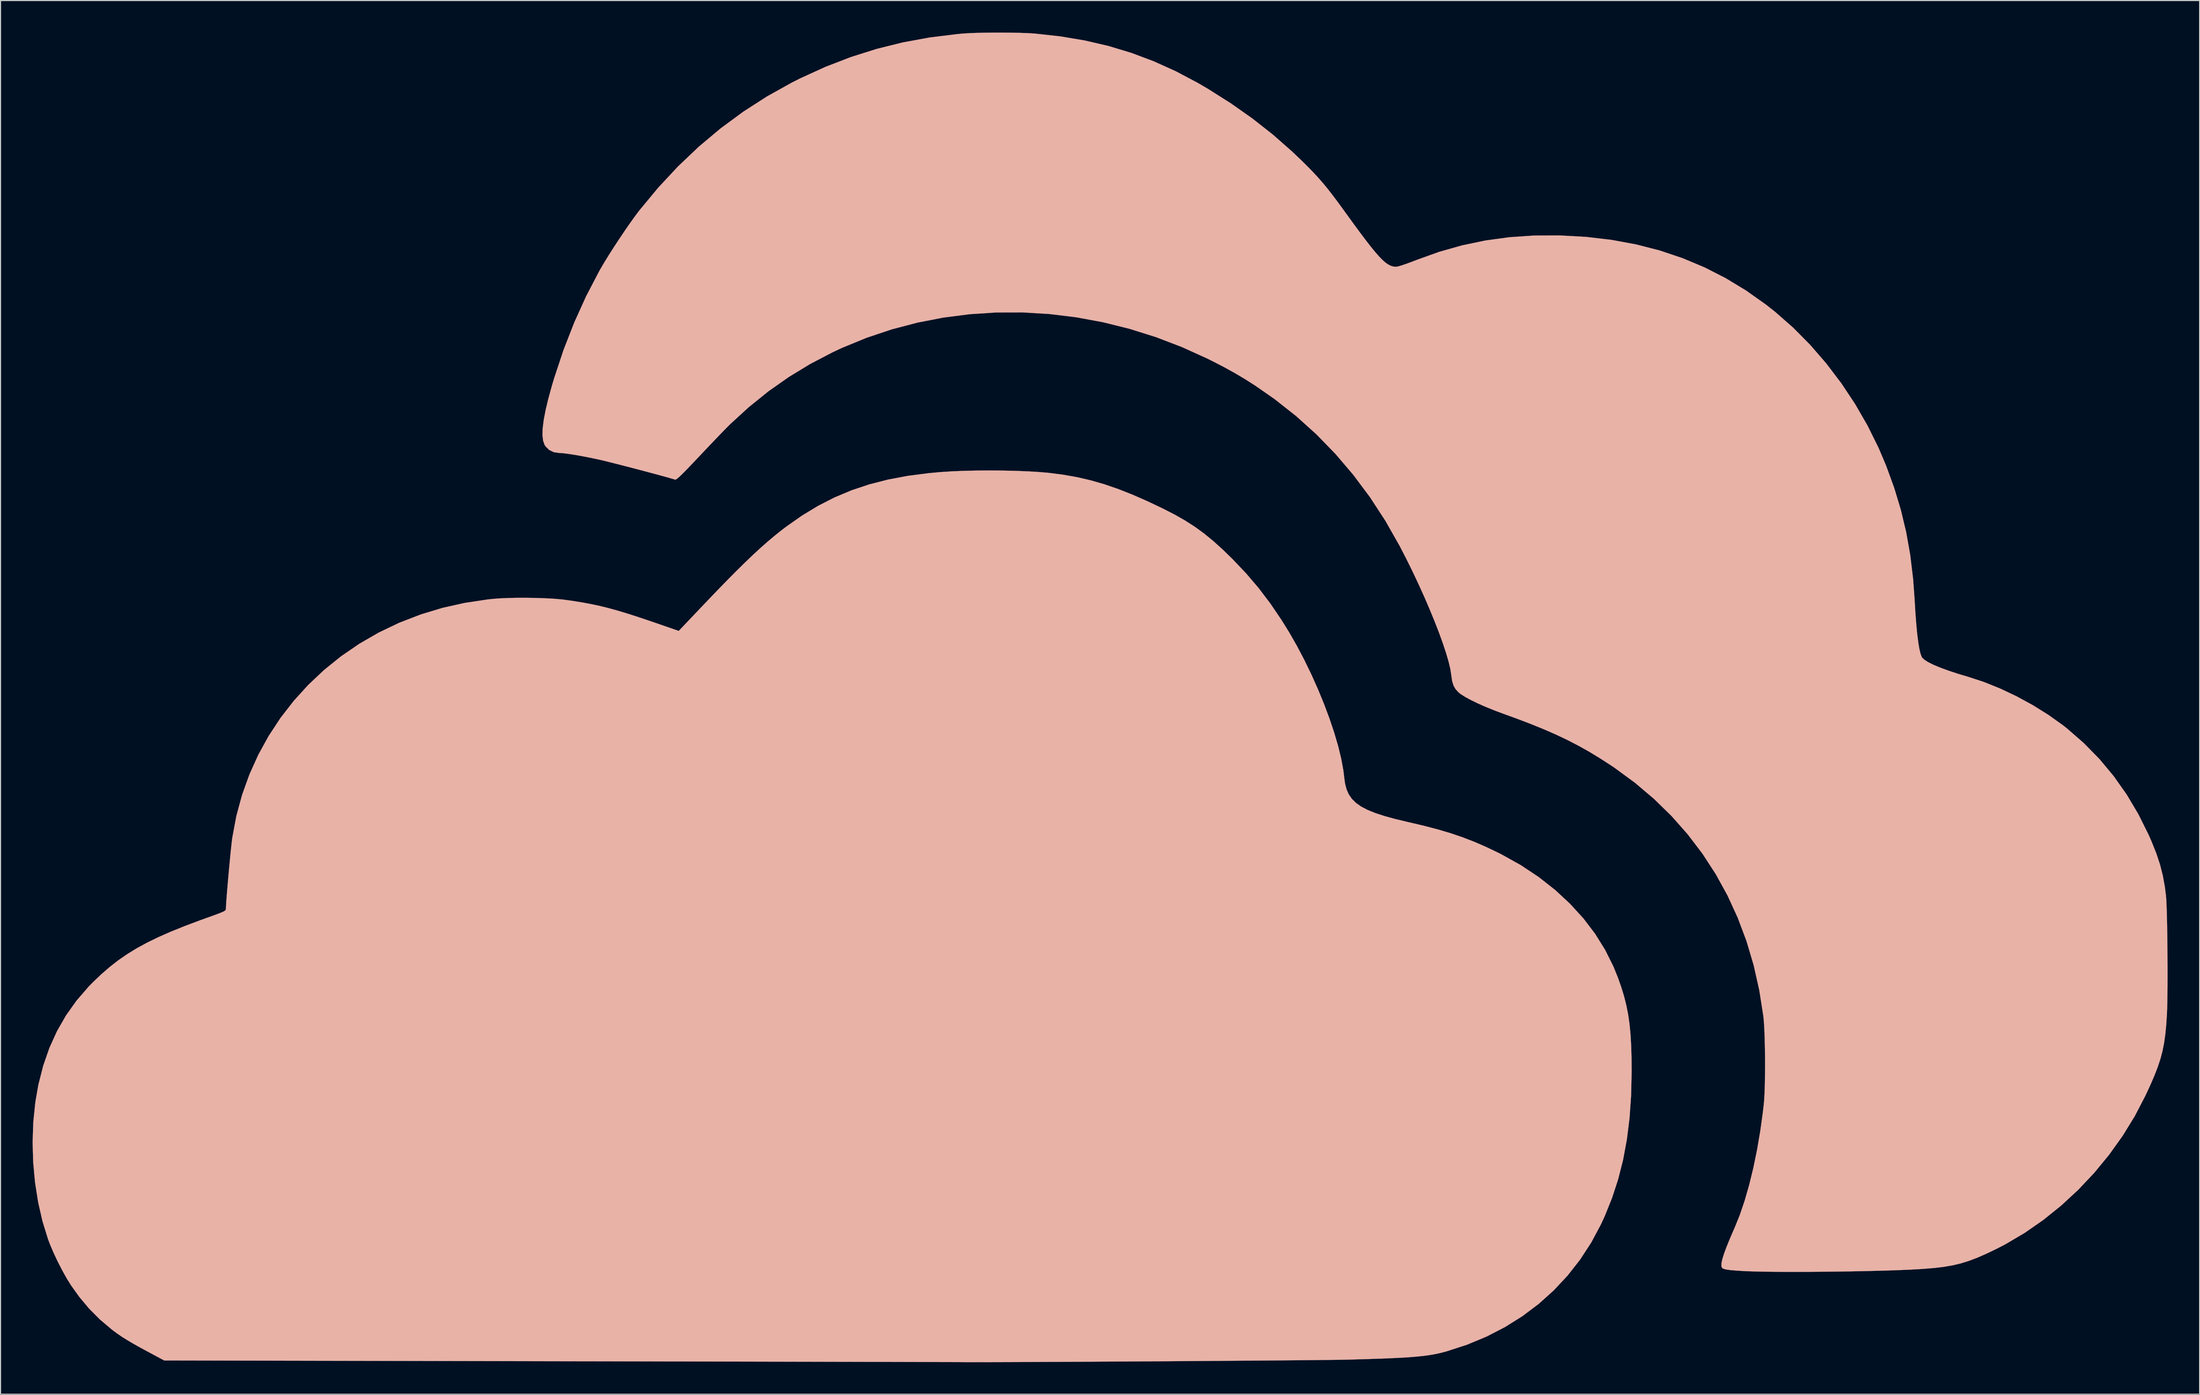
<source format=kicad_pcb>
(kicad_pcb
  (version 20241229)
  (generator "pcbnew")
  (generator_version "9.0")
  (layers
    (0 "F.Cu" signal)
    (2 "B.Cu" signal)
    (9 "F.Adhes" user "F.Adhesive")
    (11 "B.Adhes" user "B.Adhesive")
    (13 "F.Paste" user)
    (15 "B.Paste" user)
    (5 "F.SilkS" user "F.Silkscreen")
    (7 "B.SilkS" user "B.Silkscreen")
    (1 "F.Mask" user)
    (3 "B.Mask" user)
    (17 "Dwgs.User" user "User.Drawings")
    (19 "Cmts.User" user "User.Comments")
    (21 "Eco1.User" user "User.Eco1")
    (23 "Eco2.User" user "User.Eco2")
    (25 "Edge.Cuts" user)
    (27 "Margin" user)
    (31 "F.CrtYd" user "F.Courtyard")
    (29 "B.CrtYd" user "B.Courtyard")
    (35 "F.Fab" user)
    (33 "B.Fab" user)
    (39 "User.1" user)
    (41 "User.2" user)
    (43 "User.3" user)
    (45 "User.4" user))
  (footprint "onedrive_20x20_B"
    (layer "F.Cu")
    (at 99.981 62.241)
    (property "Reference" "onedrive_20x20_B" (at 0 0 0) (layer "B.SilkS") (effects (font (size 1.524 1.524) (thickness 0.3))))
    (attr through_hole)
    (fp_poly (pts (xy -9.081 -21.212) (xy -7.875 -21.184) (xy -6.734 -21.138) (xy -5.692 -21.075) (xy -4.784 -20.996) (xy -4.746 -20.992) (xy -3.42 -20.819) (xy -2.14 -20.591) (xy -0.88 -20.299) (xy 0.385 -19.935) (xy 1.678 -19.491) (xy 3.027 -18.96) (xy 4.455 -18.333) (xy 5.884 -17.653) (xy 6.971 -17.097) (xy 7.951 -16.539) (xy 8.86 -15.957) (xy 9.728 -15.326) (xy 10.589 -14.623) (xy 11.475 -13.824) (xy 12.407 -12.918) (xy 13.68 -11.578) (xy 14.851 -10.202) (xy 15.949 -8.755) (xy 17.002 -7.2) (xy 17.712 -6.054) (xy 18.437 -4.786) (xy 19.135 -3.459) (xy 19.796 -2.094) (xy 20.414 -0.711) (xy 20.981 0.671) (xy 21.489 2.031) (xy 21.931 3.35) (xy 22.299 4.607) (xy 22.585 5.783) (xy 22.783 6.857) (xy 22.864 7.533) (xy 22.945 8.127) (xy 23.085 8.655) (xy 23.295 9.125) (xy 23.586 9.544) (xy 23.968 9.921) (xy 24.453 10.262) (xy 25.052 10.575) (xy 25.774 10.868) (xy 26.633 11.148) (xy 27.637 11.423) (xy 28.799 11.701) (xy 28.914 11.727) (xy 30.355 12.066) (xy 31.659 12.408) (xy 32.86 12.766) (xy 33.988 13.151) (xy 35.078 13.573) (xy 36.16 14.044) (xy 37.269 14.575) (xy 37.592 14.738) (xy 39.399 15.745) (xy 41.078 16.859) (xy 42.635 18.086) (xy 44.028 19.38) (xy 45.272 20.745) (xy 46.362 22.178) (xy 47.299 23.683) (xy 48.085 25.26) (xy 48.501 26.289) (xy 48.811 27.169) (xy 49.07 28.016) (xy 49.282 28.855) (xy 49.452 29.711) (xy 49.582 30.609) (xy 49.676 31.575) (xy 49.739 32.634) (xy 49.774 33.812) (xy 49.784 35.078) (xy 49.735 37.317) (xy 49.587 39.43) (xy 49.338 41.432) (xy 48.985 43.337) (xy 48.524 45.158) (xy 47.953 46.911) (xy 47.269 48.609) (xy 46.903 49.403) (xy 45.992 51.107) (xy 44.949 52.707) (xy 43.778 54.199) (xy 42.486 55.58) (xy 41.077 56.845) (xy 39.555 57.991) (xy 37.926 59.012) (xy 36.195 59.905) (xy 34.367 60.666) (xy 32.449 61.289) (xy 32.044 61.398) (xy 31.635 61.495) (xy 31.208 61.58) (xy 30.75 61.655) (xy 30.246 61.721) (xy 29.682 61.78) (xy 29.044 61.832) (xy 28.319 61.879) (xy 27.49 61.921) (xy 26.546 61.961) (xy 25.471 61.999) (xy 24.251 62.036) (xy 23.241 62.065) (xy 22.904 62.072) (xy 22.408 62.08) (xy 21.765 62.088) (xy 20.984 62.097) (xy 20.077 62.107) (xy 19.054 62.117) (xy 17.926 62.127) (xy 16.704 62.138) (xy 15.398 62.149) (xy 14.019 62.159) (xy 12.578 62.17) (xy 11.086 62.181) (xy 9.552 62.192) (xy 7.989 62.203) (xy 6.406 62.214) (xy 4.815 62.224) (xy 3.226 62.234) (xy 1.65 62.243) (xy 0.097 62.252) (xy -1.421 62.261) (xy -2.895 62.269) (xy -4.313 62.276) (xy -5.664 62.282) (xy -6.939 62.288) (xy -8.125 62.293) (xy -9.213 62.296) (xy -10.192 62.299) (xy -11.051 62.301) (xy -11.779 62.301) (xy -12.366 62.3) (xy -12.8 62.298) (xy -12.912 62.297) (xy -13.059 62.296) (xy -13.37 62.295) (xy -13.839 62.293) (xy -14.461 62.292) (xy -15.229 62.29) (xy -16.139 62.287) (xy -17.184 62.285) (xy -18.36 62.282) (xy -19.659 62.279) (xy -21.078 62.276) (xy -22.61 62.272) (xy -24.249 62.269) (xy -25.991 62.265) (xy -27.828 62.261) (xy -29.757 62.257) (xy -31.771 62.253) (xy -33.864 62.248) (xy -36.031 62.244) (xy -38.266 62.239) (xy -40.564 62.235) (xy -42.919 62.23) (xy -45.326 62.225) (xy -47.778 62.22) (xy -50.271 62.216) (xy -50.748 62.215) (xy -87.653 62.143) (xy -89.102 61.366) (xy -89.891 60.939) (xy -90.553 60.568) (xy -91.112 60.238) (xy -91.596 59.934) (xy -92.029 59.639) (xy -92.436 59.339) (xy -92.58 59.228) (xy -93.687 58.29) (xy -94.681 57.292) (xy -95.597 56.197) (xy -96.363 55.128) (xy -96.765 54.484) (xy -97.189 53.727) (xy -97.61 52.909) (xy -98.002 52.081) (xy -98.339 51.292) (xy -98.531 50.787) (xy -99.051 49.104) (xy -99.457 47.322) (xy -99.748 45.471) (xy -99.922 43.579) (xy -99.976 41.674) (xy -99.909 39.786) (xy -99.72 37.943) (xy -99.439 36.328) (xy -98.987 34.546) (xy -98.406 32.871) (xy -97.693 31.297) (xy -96.844 29.818) (xy -95.856 28.429) (xy -94.727 27.123) (xy -94.302 26.689) (xy -93.532 25.957) (xy -92.755 25.284) (xy -91.956 24.662) (xy -91.116 24.081) (xy -90.219 23.531) (xy -89.247 23.002) (xy -88.183 22.484) (xy -87.01 21.969) (xy -85.712 21.445) (xy -84.27 20.904) (xy -83.714 20.704) (xy -83.126 20.493) (xy -82.679 20.329) (xy -82.353 20.204) (xy -82.129 20.106) (xy -81.988 20.029) (xy -81.911 19.961) (xy -81.879 19.895) (xy -81.873 19.821) (xy -81.873 19.821) (xy -81.864 19.59) (xy -81.841 19.217) (xy -81.805 18.727) (xy -81.759 18.146) (xy -81.704 17.5) (xy -81.644 16.814) (xy -81.58 16.114) (xy -81.516 15.426) (xy -81.452 14.775) (xy -81.392 14.188) (xy -81.338 13.69) (xy -81.292 13.307) (xy -81.274 13.173) (xy -80.895 11.143) (xy -80.36 9.169) (xy -79.673 7.256) (xy -78.84 5.411) (xy -77.867 3.642) (xy -76.758 1.956) (xy -75.52 0.36) (xy -74.157 -1.14) (xy -72.676 -2.536) (xy -71.082 -3.821) (xy -69.38 -4.988) (xy -67.576 -6.03) (xy -65.676 -6.94) (xy -65.57 -6.985) (xy -63.602 -7.743) (xy -61.589 -8.352) (xy -59.513 -8.816) (xy -57.356 -9.14) (xy -56.896 -9.191) (xy -56.236 -9.242) (xy -55.457 -9.276) (xy -54.596 -9.294) (xy -53.693 -9.295) (xy -52.786 -9.28) (xy -51.914 -9.25) (xy -51.116 -9.205) (xy -50.43 -9.145) (xy -50.165 -9.113) (xy -49.258 -8.984) (xy -48.414 -8.846) (xy -47.605 -8.694) (xy -46.808 -8.52) (xy -45.996 -8.318) (xy -45.143 -8.082) (xy -44.224 -7.804) (xy -43.213 -7.479) (xy -42.085 -7.099) (xy -41.428 -6.873) (xy -39.465 -6.192) (xy -37.076 -8.705) (xy -35.993 -9.837) (xy -35.009 -10.851) (xy -34.111 -11.759) (xy -33.287 -12.571) (xy -32.527 -13.299) (xy -31.817 -13.954) (xy -31.146 -14.547) (xy -30.502 -15.09) (xy -29.874 -15.593) (xy -29.379 -15.971) (xy -27.902 -17.006) (xy -26.405 -17.912) (xy -24.87 -18.696) (xy -23.282 -19.362) (xy -21.622 -19.917) (xy -19.876 -20.366) (xy -18.025 -20.716) (xy -16.053 -20.972) (xy -14.901 -21.076) (xy -13.879 -21.141) (xy -12.751 -21.186) (xy -11.553 -21.213) (xy -10.319 -21.222) (xy -9.081 -21.212)) (stroke (width 0.01) (type solid)) (fill yes) (layer "B.SilkS"))
    (fp_poly (pts (xy -8.368 -62.23) (xy -7.581 -62.215) (xy -6.878 -62.192) (xy -6.295 -62.16) (xy -6.134 -62.148) (xy -3.728 -61.884) (xy -1.427 -61.497) (xy 0.787 -60.983) (xy 2.932 -60.335) (xy 5.028 -59.547) (xy 7.092 -58.615) (xy 9.142 -57.531) (xy 10.075 -56.986) (xy 12.246 -55.612) (xy 14.273 -54.185) (xy 16.178 -52.687) (xy 17.981 -51.101) (xy 18.869 -50.254) (xy 19.432 -49.696) (xy 19.928 -49.188) (xy 20.378 -48.705) (xy 20.804 -48.222) (xy 21.227 -47.712) (xy 21.669 -47.151) (xy 22.151 -46.513) (xy 22.694 -45.773) (xy 23.008 -45.339) (xy 23.717 -44.361) (xy 24.34 -43.514) (xy 24.885 -42.789) (xy 25.361 -42.178) (xy 25.775 -41.672) (xy 26.137 -41.261) (xy 26.454 -40.937) (xy 26.736 -40.69) (xy 26.99 -40.513) (xy 27.224 -40.395) (xy 27.448 -40.327) (xy 27.669 -40.302) (xy 27.721 -40.301) (xy 27.908 -40.334) (xy 28.227 -40.426) (xy 28.657 -40.571) (xy 29.174 -40.76) (xy 29.638 -40.94) (xy 31.764 -41.703) (xy 33.912 -42.31) (xy 36.095 -42.765) (xy 38.326 -43.07) (xy 40.62 -43.228) (xy 42.991 -43.239) (xy 43.053 -43.238) (xy 45.523 -43.101) (xy 47.903 -42.821) (xy 50.197 -42.397) (xy 52.409 -41.829) (xy 54.541 -41.113) (xy 56.599 -40.251) (xy 58.584 -39.239) (xy 60.502 -38.077) (xy 62.356 -36.763) (xy 63.239 -36.066) (xy 64.915 -34.593) (xy 66.511 -32.98) (xy 68.015 -31.242) (xy 69.418 -29.394) (xy 70.709 -27.451) (xy 71.876 -25.428) (xy 72.91 -23.338) (xy 73.609 -21.692) (xy 74.369 -19.607) (xy 74.996 -17.533) (xy 75.496 -15.438) (xy 75.877 -13.293) (xy 76.144 -11.069) (xy 76.285 -9.124) (xy 76.357 -7.918) (xy 76.438 -6.85) (xy 76.527 -5.924) (xy 76.624 -5.146) (xy 76.728 -4.521) (xy 76.839 -4.054) (xy 76.956 -3.749) (xy 76.982 -3.705) (xy 77.189 -3.5) (xy 77.551 -3.269) (xy 78.059 -3.017) (xy 78.702 -2.748) (xy 79.469 -2.467) (xy 80.35 -2.177) (xy 81.28 -1.9) (xy 82.779 -1.409) (xy 84.32 -0.787) (xy 85.864 -0.054) (xy 87.376 0.772) (xy 88.818 1.672) (xy 90.154 2.625) (xy 90.559 2.943) (xy 92.145 4.326) (xy 93.604 5.816) (xy 94.937 7.418) (xy 96.148 9.134) (xy 97.238 10.967) (xy 98.209 12.92) (xy 98.472 13.516) (xy 98.92 14.637) (xy 99.269 15.69) (xy 99.533 16.729) (xy 99.727 17.812) (xy 99.825 18.584) (xy 99.852 18.921) (xy 99.877 19.406) (xy 99.899 20.018) (xy 99.919 20.736) (xy 99.936 21.54) (xy 99.95 22.408) (xy 99.961 23.32) (xy 99.969 24.253) (xy 99.973 25.188) (xy 99.974 26.103) (xy 99.972 26.977) (xy 99.965 27.79) (xy 99.954 28.519) (xy 99.939 29.145) (xy 99.92 29.646) (xy 99.916 29.721) (xy 99.85 30.719) (xy 99.764 31.604) (xy 99.65 32.409) (xy 99.5 33.166) (xy 99.304 33.906) (xy 99.054 34.662) (xy 98.742 35.466) (xy 98.36 36.35) (xy 97.897 37.346) (xy 97.893 37.356) (xy 96.896 39.27) (xy 95.758 41.118) (xy 94.489 42.891) (xy 93.102 44.575) (xy 91.607 46.159) (xy 90.015 47.631) (xy 88.338 48.981) (xy 86.587 50.197) (xy 84.774 51.266) (xy 83.947 51.693) (xy 83.01 52.142) (xy 82.169 52.511) (xy 81.387 52.809) (xy 80.63 53.045) (xy 79.859 53.23) (xy 79.041 53.371) (xy 78.139 53.479) (xy 77.117 53.564) (xy 76.708 53.59) (xy 75.902 53.634) (xy 74.972 53.674) (xy 73.937 53.711) (xy 72.817 53.743) (xy 71.633 53.772) (xy 70.403 53.796) (xy 69.149 53.815) (xy 67.889 53.83) (xy 66.645 53.84) (xy 65.435 53.845) (xy 64.279 53.844) (xy 63.198 53.838) (xy 62.211 53.826) (xy 61.339 53.808) (xy 60.601 53.784) (xy 60.141 53.761) (xy 59.514 53.719) (xy 59.036 53.677) (xy 58.688 53.63) (xy 58.451 53.576) (xy 58.304 53.512) (xy 58.248 53.464) (xy 58.188 53.3) (xy 58.197 53.031) (xy 58.278 52.65) (xy 58.433 52.149) (xy 58.664 51.523) (xy 58.972 50.763) (xy 59.361 49.864) (xy 59.43 49.709) (xy 59.914 48.512) (xy 60.371 47.165) (xy 60.795 45.688) (xy 61.182 44.1) (xy 61.528 42.42) (xy 61.828 40.665) (xy 62.078 38.856) (xy 62.161 38.142) (xy 62.203 37.637) (xy 62.236 36.994) (xy 62.259 36.245) (xy 62.273 35.419) (xy 62.278 34.545) (xy 62.275 33.655) (xy 62.262 32.777) (xy 62.242 31.942) (xy 62.213 31.179) (xy 62.175 30.518) (xy 62.13 29.99) (xy 62.118 29.887) (xy 61.738 27.463) (xy 61.211 25.118) (xy 60.538 22.855) (xy 59.72 20.677) (xy 58.761 18.587) (xy 57.66 16.587) (xy 56.42 14.68) (xy 55.042 12.868) (xy 53.528 11.154) (xy 51.879 9.542) (xy 50.098 8.032) (xy 48.185 6.629) (xy 47.837 6.395) (xy 46.816 5.735) (xy 45.816 5.128) (xy 44.813 4.565) (xy 43.783 4.032) (xy 42.701 3.518) (xy 41.544 3.013) (xy 40.288 2.503) (xy 38.908 1.979) (xy 37.761 1.563) (xy 36.925 1.251) (xy 36.13 0.928) (xy 35.397 0.605) (xy 34.748 0.291) (xy 34.205 -0.003) (xy 33.788 -0.267) (xy 33.598 -0.415) (xy 33.31 -0.718) (xy 33.109 -1.059) (xy 32.976 -1.48) (xy 32.894 -2.022) (xy 32.889 -2.074) (xy 32.803 -2.631) (xy 32.639 -3.319) (xy 32.404 -4.124) (xy 32.103 -5.03) (xy 31.744 -6.023) (xy 31.331 -7.086) (xy 30.871 -8.206) (xy 30.371 -9.365) (xy 29.836 -10.55) (xy 29.272 -11.745) (xy 28.686 -12.934) (xy 28.083 -14.102) (xy 28.041 -14.182) (xy 26.715 -16.515) (xy 25.275 -18.723) (xy 23.719 -20.807) (xy 22.049 -22.767) (xy 20.262 -24.605) (xy 18.359 -26.32) (xy 16.339 -27.912) (xy 14.555 -29.154) (xy 13.595 -29.766) (xy 12.64 -30.335) (xy 11.642 -30.887) (xy 10.552 -31.45) (xy 10.033 -31.708) (xy 7.647 -32.79) (xy 5.221 -33.717) (xy 2.763 -34.489) (xy 0.282 -35.106) (xy -2.216 -35.568) (xy -4.722 -35.875) (xy -7.229 -36.026) (xy -9.729 -36.021) (xy -12.215 -35.86) (xy -14.677 -35.544) (xy -17.11 -35.071) (xy -19.504 -34.442) (xy -21.853 -33.657) (xy -24.148 -32.716) (xy -25.051 -32.295) (xy -27.151 -31.198) (xy -29.147 -29.984) (xy -31.057 -28.642) (xy -32.897 -27.158) (xy -34.642 -25.563) (xy -34.853 -25.353) (xy -35.161 -25.04) (xy -35.548 -24.64) (xy -35.996 -24.173) (xy -36.488 -23.658) (xy -37.004 -23.115) (xy -37.467 -22.624) (xy -38.052 -22.006) (xy -38.532 -21.503) (xy -38.919 -21.106) (xy -39.222 -20.805) (xy -39.451 -20.59) (xy -39.617 -20.451) (xy -39.729 -20.379) (xy -39.798 -20.364) (xy -39.803 -20.365) (xy -40.12 -20.461) (xy -40.575 -20.59) (xy -41.142 -20.747) (xy -41.795 -20.924) (xy -42.507 -21.114) (xy -43.252 -21.311) (xy -44.003 -21.508) (xy -44.736 -21.697) (xy -45.422 -21.872) (xy -46.037 -22.026) (xy -46.553 -22.153) (xy -46.945 -22.244) (xy -46.991 -22.254) (xy -47.774 -22.419) (xy -48.52 -22.564) (xy -49.203 -22.685) (xy -49.799 -22.777) (xy -50.282 -22.837) (xy -50.628 -22.86) (xy -50.65 -22.86) (xy -51.157 -22.933) (xy -51.593 -23.142) (xy -51.931 -23.471) (xy -52.039 -23.646) (xy -52.169 -24.031) (xy -52.224 -24.545) (xy -52.202 -25.19) (xy -52.104 -25.97) (xy -51.928 -26.888) (xy -51.675 -27.948) (xy -51.343 -29.152) (xy -51.139 -29.839) (xy -50.255 -32.505) (xy -49.25 -35.08) (xy -48.131 -37.551) (xy -46.905 -39.902) (xy -46.775 -40.132) (xy -46.433 -40.715) (xy -46.017 -41.389) (xy -45.549 -42.123) (xy -45.051 -42.882) (xy -44.546 -43.634) (xy -44.056 -44.343) (xy -43.603 -44.977) (xy -43.21 -45.503) (xy -43.164 -45.563) (xy -41.391 -47.704) (xy -39.531 -49.699) (xy -37.583 -51.551) (xy -35.545 -53.261) (xy -33.415 -54.83) (xy -31.19 -56.261) (xy -28.87 -57.554) (xy -28.067 -57.959) (xy -25.71 -59.033) (xy -23.336 -59.948) (xy -20.93 -60.708) (xy -18.476 -61.318) (xy -15.957 -61.78) (xy -13.357 -62.101) (xy -12.827 -62.148) (xy -12.296 -62.182) (xy -11.632 -62.208) (xy -10.871 -62.226) (xy -10.049 -62.235) (xy -9.203 -62.236) (xy -8.368 -62.23)) (stroke (width 0.01) (type solid)) (fill yes) (layer "B.SilkS")))
  (gr_rect
    (start -3 -3)
    (end 202.96 127.547)
    (stroke (width 0.1) (type default))
    (fill no)
    (layer "Edge.Cuts")))
</source>
